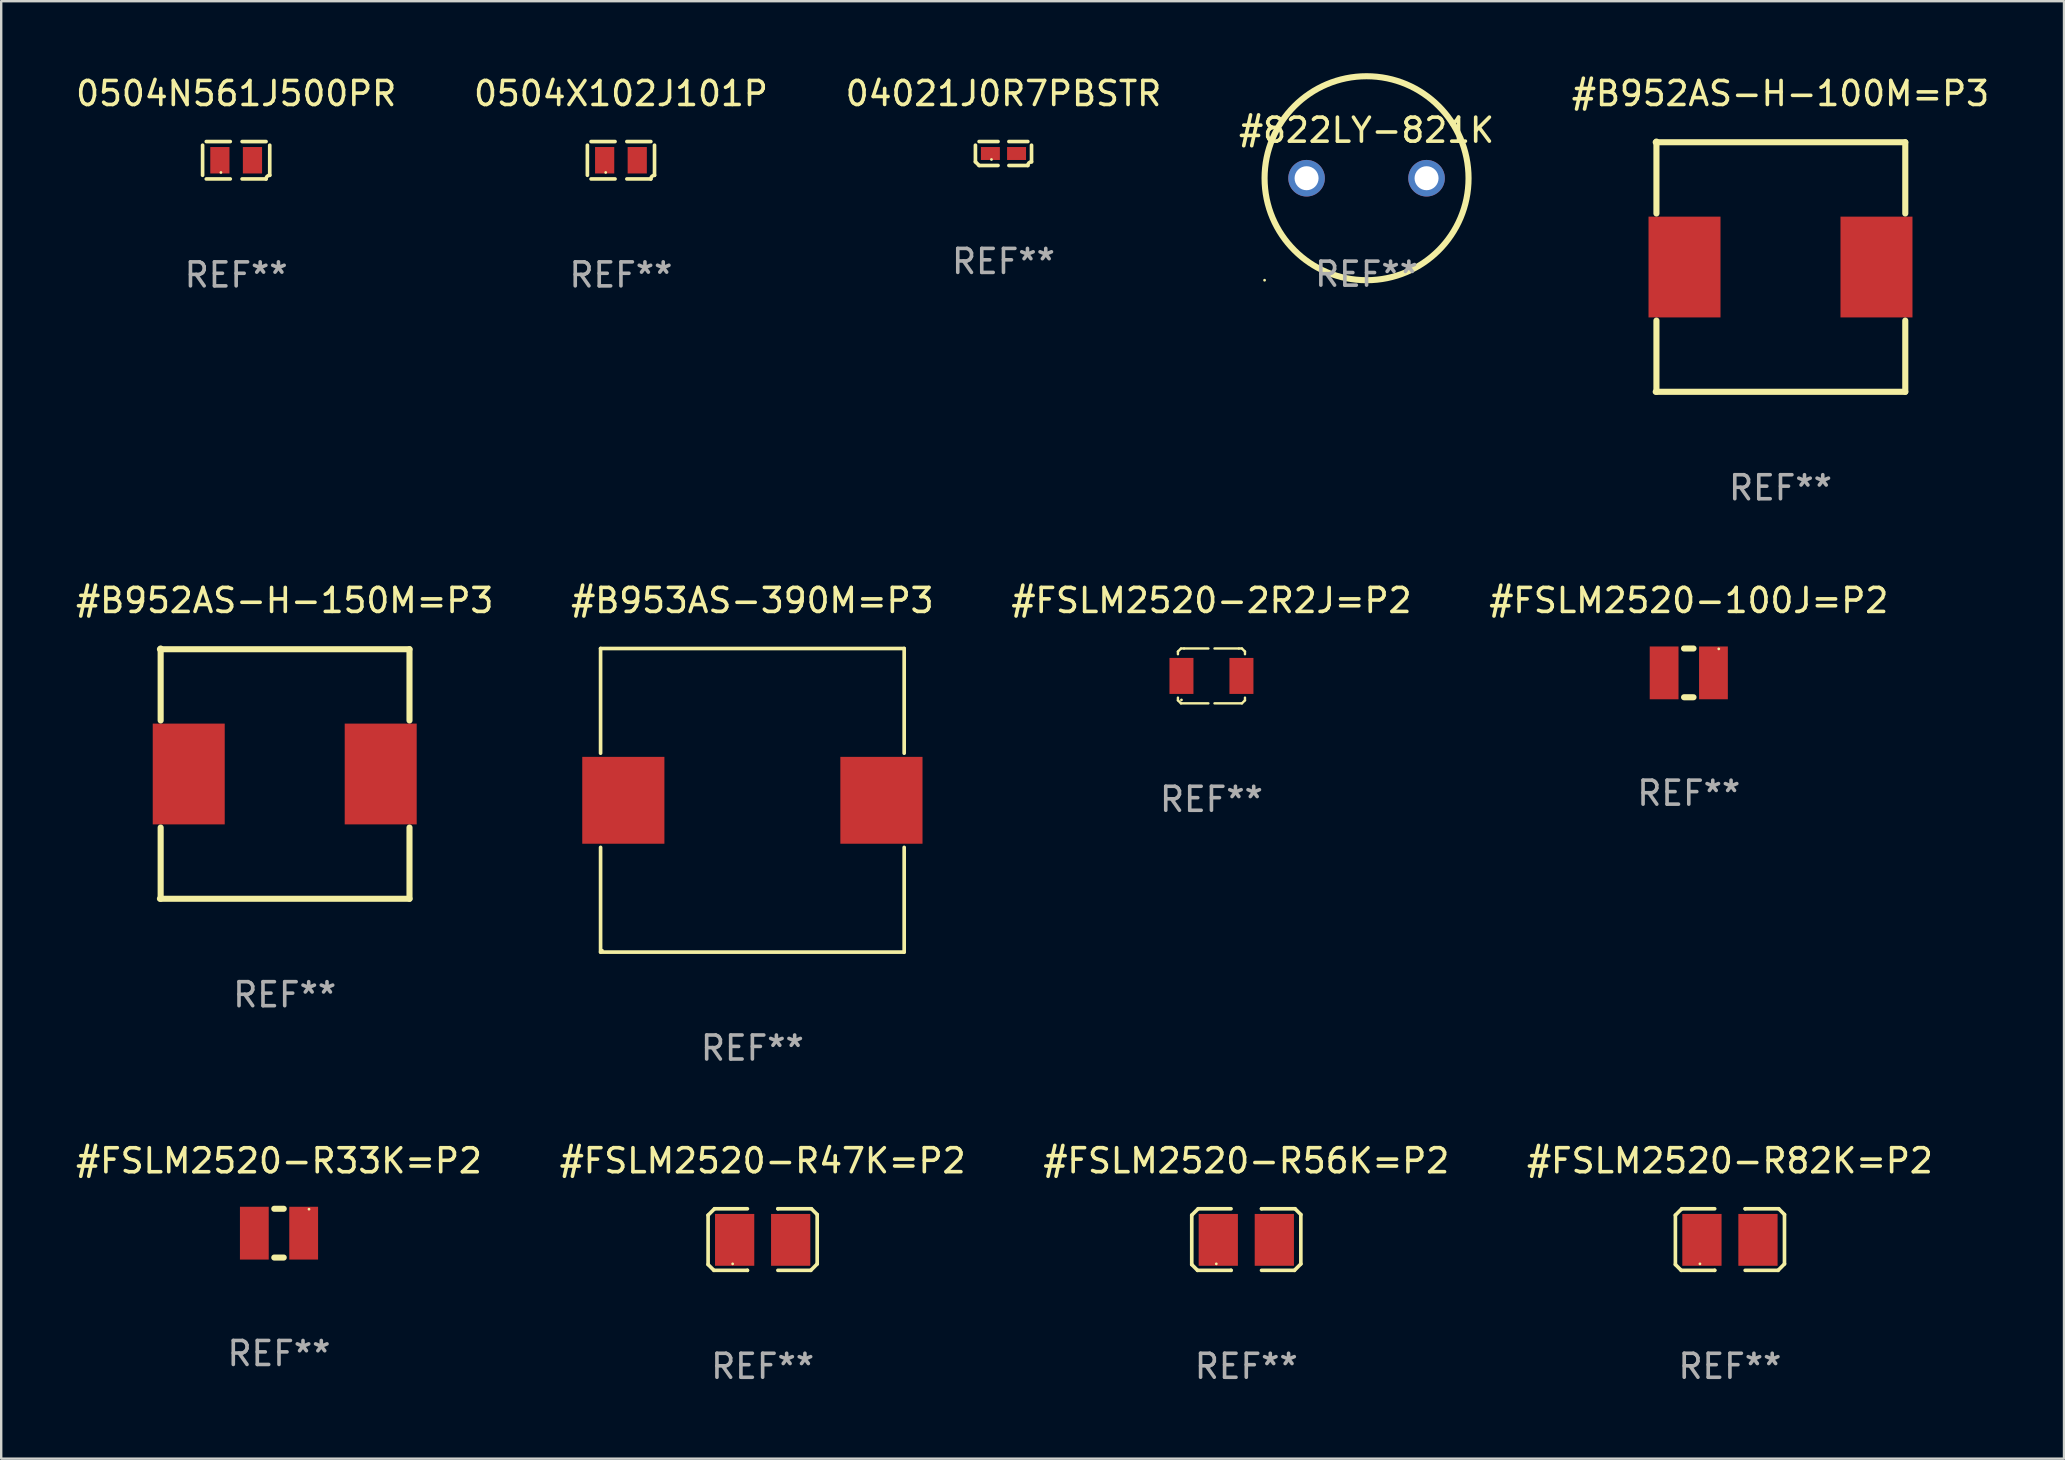
<source format=kicad_pcb>
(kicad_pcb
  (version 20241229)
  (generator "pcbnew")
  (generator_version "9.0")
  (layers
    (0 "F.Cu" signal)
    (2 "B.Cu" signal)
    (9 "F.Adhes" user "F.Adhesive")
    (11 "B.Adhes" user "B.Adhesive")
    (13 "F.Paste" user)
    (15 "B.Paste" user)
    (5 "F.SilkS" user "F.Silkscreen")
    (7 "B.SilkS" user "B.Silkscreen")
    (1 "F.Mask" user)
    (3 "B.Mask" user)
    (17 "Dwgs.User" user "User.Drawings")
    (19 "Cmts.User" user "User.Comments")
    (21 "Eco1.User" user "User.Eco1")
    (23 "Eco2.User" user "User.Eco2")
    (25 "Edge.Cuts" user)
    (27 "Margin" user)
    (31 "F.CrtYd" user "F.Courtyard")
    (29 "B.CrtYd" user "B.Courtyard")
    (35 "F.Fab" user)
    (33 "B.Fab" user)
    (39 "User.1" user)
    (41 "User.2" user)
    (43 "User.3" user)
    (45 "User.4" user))
  (footprint "#FSLM2520-R56K=P2"
    (layer "F.Cu")
    (at 48.887 48.606)
    (property "Reference" "#FSLM2520-R56K=P2" (at 0 -3.283 0) (layer "F.SilkS") (effects (font (size 1 1) (thickness 0.15))))
    (attr through_hole)
    (fp_line (start -2.273 -1.016) (end -2.007 -1.283) (stroke (width 0.152) (type solid)) (layer "F.SilkS"))
    (fp_line (start -2.273 1.041) (end -2.273 -1.016) (stroke (width 0.152) (type solid)) (layer "F.SilkS"))
    (fp_line (start -2.032 1.283) (end -2.273 1.041) (stroke (width 0.152) (type solid)) (layer "F.SilkS"))
    (fp_line (start -2.007 -1.283) (end -0.635 -1.283) (stroke (width 0.152) (type solid)) (layer "F.SilkS"))
    (fp_line (start -0.635 1.283) (end -2.032 1.283) (stroke (width 0.152) (type solid)) (layer "F.SilkS"))
    (fp_line (start -0.635 1.283) (end -0.635 1.283) (stroke (width 0.152) (type solid)) (layer "F.SilkS"))
    (fp_line (start 0.635 -1.283) (end 0.635 -1.283) (stroke (width 0.152) (type solid)) (layer "F.SilkS"))
    (fp_line (start 0.635 -1.283) (end 2.032 -1.283) (stroke (width 0.152) (type solid)) (layer "F.SilkS"))
    (fp_line (start 2.007 1.283) (end 0.635 1.283) (stroke (width 0.152) (type solid)) (layer "F.SilkS"))
    (fp_line (start 2.032 -1.283) (end 2.273 -1.041) (stroke (width 0.152) (type solid)) (layer "F.SilkS"))
    (fp_line (start 2.273 -1.041) (end 2.273 1.016) (stroke (width 0.152) (type solid)) (layer "F.SilkS"))
    (fp_line (start 2.273 1.016) (end 2.007 1.283) (stroke (width 0.152) (type solid)) (layer "F.SilkS"))
    (fp_circle (center -1.25 1.013) (end -1.22 1.013) (stroke (width 0.06) (type solid)) (fill no) (layer "F.SilkS"))
    (fp_text user "REF**" (at 0 5.283 0) (layer "F.Fab") (effects (font (size 1 1) (thickness 0.15))))
    (pad "1" smd rect (at -1.167 0.013) (size 1.635 2.16) (layers "F.Cu" "F.Mask" "F.Paste"))
    (pad "2" smd rect (at 1.168 0.013) (size 1.635 2.16) (layers "F.Cu" "F.Mask" "F.Paste")))
  (footprint "#B952AS-H-100M=P3"
    (layer "F.Cu")
    (at 71.149 8.063)
    (property "Reference" "#B952AS-H-100M=P3" (at 0 -7.215 0) (layer "F.SilkS") (effects (font (size 1 1) (thickness 0.15))))
    (attr through_hole)
    (fp_line (start -5.2 -5.185) (end 5.2 -5.185) (stroke (width 0.254) (type solid)) (layer "F.SilkS"))
    (fp_line (start -5.17 -5.215) (end -5.17 -2.216) (stroke (width 0.254) (type solid)) (layer "F.SilkS"))
    (fp_line (start -5.17 2.246) (end -5.17 5.215) (stroke (width 0.254) (type solid)) (layer "F.SilkS"))
    (fp_line (start 5.2 -5.185) (end 5.2 -2.216) (stroke (width 0.254) (type solid)) (layer "F.SilkS"))
    (fp_line (start 5.2 2.246) (end 5.2 5.215) (stroke (width 0.254) (type solid)) (layer "F.SilkS"))
    (fp_line (start 5.2 5.215) (end -5.2 5.215) (stroke (width 0.254) (type solid)) (layer "F.SilkS"))
    (fp_circle (center 5.2 -5.185) (end 5.23 -5.185) (stroke (width 0.06) (type solid)) (fill no) (layer "F.SilkS"))
    (fp_text user "REF**" (at 0 9.215 0) (layer "F.Fab") (effects (font (size 1 1) (thickness 0.15))))
    (pad "1" smd rect (at 4 0.015 180) (size 3 4.2) (layers "F.Cu" "F.Mask" "F.Paste"))
    (pad "2" smd rect (at -4 0.015 180) (size 3 4.2) (layers "F.Cu" "F.Mask" "F.Paste")))
  (footprint "#FSLM2520-100J=P2"
    (layer "F.Cu")
    (at 67.327 24.991)
    (property "Reference" "#FSLM2520-100J=P2" (at 0 -3.016 0) (layer "F.SilkS") (effects (font (size 1 1) (thickness 0.15))))
    (attr through_hole)
    (fp_line (start -0.197 1.016) (end 0.197 1.016) (stroke (width 0.254) (type solid)) (layer "F.SilkS"))
    (fp_line (start 0.197 -1.016) (end -0.197 -1.016) (stroke (width 0.254) (type solid)) (layer "F.SilkS"))
    (fp_circle (center 1.25 -1) (end 1.28 -1) (stroke (width 0.06) (type solid)) (fill no) (layer "F.SilkS"))
    (fp_text user "REF**" (at 0 5.016 0) (layer "F.Fab") (effects (font (size 1 1) (thickness 0.15))))
    (pad "1" smd rect (at 1.028 0) (size 1.2 2.2) (layers "F.Cu" "F.Mask" "F.Paste"))
    (pad "2" smd rect (at -1.028 0) (size 1.2 2.2) (layers "F.Cu" "F.Mask" "F.Paste")))
  (footprint "#FSLM2520-2R2J=P2"
    (layer "F.Cu")
    (at 47.435 25.118)
    (property "Reference" "#FSLM2520-2R2J=P2" (at 0 -3.143 0) (layer "F.SilkS") (effects (font (size 1 1) (thickness 0.15))))
    (attr through_hole)
    (fp_line (start -1.397 -1.016) (end -1.397 -0.904) (stroke (width 0.1) (type solid)) (layer "F.SilkS"))
    (fp_line (start -1.397 0.904) (end -1.397 1.016) (stroke (width 0.1) (type solid)) (layer "F.SilkS"))
    (fp_line (start -1.397 1.016) (end -1.27 1.143) (stroke (width 0.1) (type solid)) (layer "F.SilkS"))
    (fp_line (start -1.27 -1.143) (end -1.397 -1.016) (stroke (width 0.1) (type solid)) (layer "F.SilkS"))
    (fp_line (start -1.27 1.143) (end -0.127 1.143) (stroke (width 0.1) (type solid)) (layer "F.SilkS"))
    (fp_line (start -1.143 -1.143) (end -1.27 -1.143) (stroke (width 0.1) (type solid)) (layer "F.SilkS"))
    (fp_line (start -0.127 -1.143) (end -1.143 -1.143) (stroke (width 0.1) (type solid)) (layer "F.SilkS"))
    (fp_line (start 0.127 -1.143) (end 1.143 -1.143) (stroke (width 0.1) (type solid)) (layer "F.SilkS"))
    (fp_line (start 1.143 -1.143) (end 1.27 -1.143) (stroke (width 0.1) (type solid)) (layer "F.SilkS"))
    (fp_line (start 1.27 -1.143) (end 1.397 -1.016) (stroke (width 0.1) (type solid)) (layer "F.SilkS"))
    (fp_line (start 1.27 1.143) (end 0.127 1.143) (stroke (width 0.1) (type solid)) (layer "F.SilkS"))
    (fp_line (start 1.397 -1.016) (end 1.397 -0.904) (stroke (width 0.1) (type solid)) (layer "F.SilkS"))
    (fp_line (start 1.397 0.904) (end 1.397 1.016) (stroke (width 0.1) (type solid)) (layer "F.SilkS"))
    (fp_line (start 1.397 1.016) (end 1.27 1.143) (stroke (width 0.1) (type solid)) (layer "F.SilkS"))
    (fp_circle (center -1.25 1) (end -1.22 1) (stroke (width 0.06) (type solid)) (fill no) (layer "F.SilkS"))
    (fp_text user "REF**" (at 0 5.143 0) (layer "F.Fab") (effects (font (size 1 1) (thickness 0.15))))
    (pad "1" smd rect (at -1.25 0) (size 1 1.5) (layers "F.Cu" "F.Mask" "F.Paste"))
    (pad "2" smd rect (at 1.25 0) (size 1 1.5) (layers "F.Cu" "F.Mask" "F.Paste")))
  (footprint "#FSLM2520-R33K=P2"
    (layer "F.Cu")
    (at 8.577 48.34)
    (property "Reference" "#FSLM2520-R33K=P2" (at 0 -3.016 0) (layer "F.SilkS") (effects (font (size 1 1) (thickness 0.15))))
    (attr through_hole)
    (fp_line (start -0.197 1.016) (end 0.197 1.016) (stroke (width 0.254) (type solid)) (layer "F.SilkS"))
    (fp_line (start 0.197 -1.016) (end -0.197 -1.016) (stroke (width 0.254) (type solid)) (layer "F.SilkS"))
    (fp_circle (center 1.25 -1) (end 1.28 -1) (stroke (width 0.06) (type solid)) (fill no) (layer "F.SilkS"))
    (fp_text user "REF**" (at 0 5.016 0) (layer "F.Fab") (effects (font (size 1 1) (thickness 0.15))))
    (pad "1" smd rect (at 1.028 0) (size 1.2 2.2) (layers "F.Cu" "F.Mask" "F.Paste"))
    (pad "2" smd rect (at -1.028 0) (size 1.2 2.2) (layers "F.Cu" "F.Mask" "F.Paste")))
  (footprint "#B953AS-390M=P3"
    (layer "F.Cu")
    (at 28.304 30.301)
    (property "Reference" "#B953AS-390M=P3" (at 0 -8.326 0) (layer "F.SilkS") (effects (font (size 1 1) (thickness 0.15))))
    (attr through_hole)
    (fp_line (start -6.326 -6.326) (end 6.326 -6.326) (stroke (width 0.152) (type solid)) (layer "F.SilkS"))
    (fp_line (start -6.326 -1.962) (end -6.326 -6.326) (stroke (width 0.152) (type solid)) (layer "F.SilkS"))
    (fp_line (start -6.326 1.962) (end -6.326 6.326) (stroke (width 0.152) (type solid)) (layer "F.SilkS"))
    (fp_line (start -6.326 6.326) (end 6.326 6.326) (stroke (width 0.152) (type solid)) (layer "F.SilkS"))
    (fp_line (start 6.326 -6.326) (end 6.326 -1.962) (stroke (width 0.152) (type solid)) (layer "F.SilkS"))
    (fp_line (start 6.326 6.326) (end 6.326 1.962) (stroke (width 0.152) (type solid)) (layer "F.SilkS"))
    (fp_circle (center -6.25 6.25) (end -6.22 6.25) (stroke (width 0.06) (type solid)) (fill no) (layer "F.SilkS"))
    (fp_text user "REF**" (at 0 10.326 0) (layer "F.Fab") (effects (font (size 1 1) (thickness 0.15))))
    (pad "1" smd rect (at 5.378 0) (size 3.424 3.62) (layers "F.Cu" "F.Mask" "F.Paste"))
    (pad "2" smd rect (at -5.378 0) (size 3.424 3.62) (layers "F.Cu" "F.Mask" "F.Paste")))
  (footprint "#FSLM2520-R82K=P2"
    (layer "F.Cu")
    (at 69.042 48.606)
    (property "Reference" "#FSLM2520-R82K=P2" (at 0 -3.283 0) (layer "F.SilkS") (effects (font (size 1 1) (thickness 0.15))))
    (attr through_hole)
    (fp_line (start -2.273 -1.016) (end -2.007 -1.283) (stroke (width 0.152) (type solid)) (layer "F.SilkS"))
    (fp_line (start -2.273 1.041) (end -2.273 -1.016) (stroke (width 0.152) (type solid)) (layer "F.SilkS"))
    (fp_line (start -2.032 1.283) (end -2.273 1.041) (stroke (width 0.152) (type solid)) (layer "F.SilkS"))
    (fp_line (start -2.007 -1.283) (end -0.635 -1.283) (stroke (width 0.152) (type solid)) (layer "F.SilkS"))
    (fp_line (start -0.635 1.283) (end -2.032 1.283) (stroke (width 0.152) (type solid)) (layer "F.SilkS"))
    (fp_line (start -0.635 1.283) (end -0.635 1.283) (stroke (width 0.152) (type solid)) (layer "F.SilkS"))
    (fp_line (start 0.635 -1.283) (end 0.635 -1.283) (stroke (width 0.152) (type solid)) (layer "F.SilkS"))
    (fp_line (start 0.635 -1.283) (end 2.032 -1.283) (stroke (width 0.152) (type solid)) (layer "F.SilkS"))
    (fp_line (start 2.007 1.283) (end 0.635 1.283) (stroke (width 0.152) (type solid)) (layer "F.SilkS"))
    (fp_line (start 2.032 -1.283) (end 2.273 -1.041) (stroke (width 0.152) (type solid)) (layer "F.SilkS"))
    (fp_line (start 2.273 -1.041) (end 2.273 1.016) (stroke (width 0.152) (type solid)) (layer "F.SilkS"))
    (fp_line (start 2.273 1.016) (end 2.007 1.283) (stroke (width 0.152) (type solid)) (layer "F.SilkS"))
    (fp_circle (center -1.25 1.013) (end -1.22 1.013) (stroke (width 0.06) (type solid)) (fill no) (layer "F.SilkS"))
    (fp_text user "REF**" (at 0 5.283 0) (layer "F.Fab") (effects (font (size 1 1) (thickness 0.15))))
    (pad "1" smd rect (at -1.167 0.013) (size 1.635 2.16) (layers "F.Cu" "F.Mask" "F.Paste"))
    (pad "2" smd rect (at 1.168 0.013) (size 1.635 2.16) (layers "F.Cu" "F.Mask" "F.Paste")))
  (footprint "0504N561J500PR"
    (layer "F.Cu")
    (at 6.792 3.628)
    (property "Reference" "0504N561J500PR" (at 0 -2.779 0) (layer "F.SilkS") (effects (font (size 1 1) (thickness 0.15))))
    (attr through_hole)
    (fp_line (start -1.399 0.627) (end -1.399 -0.627) (stroke (width 0.152) (type solid)) (layer "F.SilkS"))
    (fp_line (start -1.246 -0.779) (end -0.246 -0.779) (stroke (width 0.152) (type solid)) (layer "F.SilkS"))
    (fp_line (start -0.246 0.779) (end -1.246 0.779) (stroke (width 0.152) (type solid)) (layer "F.SilkS"))
    (fp_line (start 0.246 -0.779) (end 1.246 -0.779) (stroke (width 0.152) (type solid)) (layer "F.SilkS"))
    (fp_line (start 1.246 0.779) (end 0.246 0.779) (stroke (width 0.152) (type solid)) (layer "F.SilkS"))
    (fp_line (start 1.399 -0.627) (end 1.399 0.627) (stroke (width 0.152) (type solid)) (layer "F.SilkS"))
    (fp_arc (start 1.246202 0.779401) (mid 1.290839 0.671637) (end 1.398603 0.627) (stroke (width 0.1524) (type solid)) (layer "F.SilkS"))
    (fp_circle (center -0.635 0.51) (end -0.605 0.51) (stroke (width 0.06) (type solid)) (fill no) (layer "F.SilkS"))
    (fp_text user "REF**" (at 0 4.779 0) (layer "F.Fab") (effects (font (size 1 1) (thickness 0.15))))
    (pad "1" smd rect (at -0.679 0) (size 0.8 1.102) (layers "F.Cu" "F.Mask" "F.Paste"))
    (pad "2" smd rect (at 0.679 0) (size 0.8 1.102) (layers "F.Cu" "F.Mask" "F.Paste")))
  (footprint "04021J0R7PBSTR"
    (layer "F.Cu")
    (at 38.768 3.347)
    (property "Reference" "04021J0R7PBSTR" (at 0 -2.499 0) (layer "F.SilkS") (effects (font (size 1 1) (thickness 0.15))))
    (attr through_hole)
    (fp_line (start -1.169 0.346) (end -1.169 -0.346) (stroke (width 0.152) (type solid)) (layer "F.SilkS"))
    (fp_line (start -1.016 -0.499) (end -0.226 -0.499) (stroke (width 0.152) (type solid)) (layer "F.SilkS"))
    (fp_line (start -0.226 0.499) (end -1.016 0.499) (stroke (width 0.152) (type solid)) (layer "F.SilkS"))
    (fp_line (start 0.226 0.499) (end 1.016 0.499) (stroke (width 0.152) (type solid)) (layer "F.SilkS"))
    (fp_line (start 1.016 -0.499) (end 0.226 -0.499) (stroke (width 0.152) (type solid)) (layer "F.SilkS"))
    (fp_line (start 1.169 0.346) (end 1.169 -0.346) (stroke (width 0.152) (type solid)) (layer "F.SilkS"))
    (fp_arc (start -1.016307 0.498603) (mid -1.092512 0.422405) (end -1.16871 0.3462) (stroke (width 0.1524) (type solid)) (layer "F.SilkS"))
    (fp_arc (start 1.016307 0.498603) (mid 1.060899 0.390758) (end 1.168707 0.346076) (stroke (width 0.1524) (type solid)) (layer "F.SilkS"))
    (fp_circle (center -0.5 0.25) (end -0.47 0.25) (stroke (width 0.06) (type solid)) (fill no) (layer "F.SilkS"))
    (fp_text user "REF**" (at 0 4.499 0) (layer "F.Fab") (effects (font (size 1 1) (thickness 0.15))))
    (pad "1" smd rect (at -0.545 0) (size 0.79 0.54) (layers "F.Cu" "F.Mask" "F.Paste"))
    (pad "2" smd rect (at 0.545 0) (size 0.79 0.54) (layers "F.Cu" "F.Mask" "F.Paste")))
  (footprint "#822LY-821K"
    (layer "F.Cu")
    (at 53.899 4.377)
    (property "Reference" "#822LY-821K" (at 0 -2 0) (layer "F.SilkS") (effects (font (size 1 1) (thickness 0.15))))
    (attr through_hole)
    (fp_circle (center -4.25 4.25) (end -4.22 4.25) (stroke (width 0.06) (type solid)) (fill no) (layer "F.SilkS"))
    (fp_circle (center -0.000127 0) (end 4.25 0) (stroke (width 0.254) (type solid)) (fill no) (layer "F.SilkS"))
    (fp_text user "REF**" (at 0 4 0) (layer "F.Fab") (effects (font (size 1 1) (thickness 0.15))))
    (pad "1" thru_hole circle (at -2.5 0) (size 1.524 1.524) (drill 1) (layers "*.Cu" "*.Mask"))
    (pad "2" thru_hole circle (at 2.5 0) (size 1.524 1.524) (drill 1) (layers "*.Cu" "*.Mask")))
  (footprint "#B952AS-H-150M=P3"
    (layer "F.Cu")
    (at 8.815 29.19)
    (property "Reference" "#B952AS-H-150M=P3" (at 0 -7.215 0) (layer "F.SilkS") (effects (font (size 1 1) (thickness 0.15))))
    (attr through_hole)
    (fp_line (start -5.2 -5.185) (end 5.2 -5.185) (stroke (width 0.254) (type solid)) (layer "F.SilkS"))
    (fp_line (start -5.17 -5.215) (end -5.17 -2.216) (stroke (width 0.254) (type solid)) (layer "F.SilkS"))
    (fp_line (start -5.17 2.246) (end -5.17 5.215) (stroke (width 0.254) (type solid)) (layer "F.SilkS"))
    (fp_line (start 5.2 -5.185) (end 5.2 -2.216) (stroke (width 0.254) (type solid)) (layer "F.SilkS"))
    (fp_line (start 5.2 2.246) (end 5.2 5.215) (stroke (width 0.254) (type solid)) (layer "F.SilkS"))
    (fp_line (start 5.2 5.215) (end -5.2 5.215) (stroke (width 0.254) (type solid)) (layer "F.SilkS"))
    (fp_circle (center 5.2 -5.185) (end 5.23 -5.185) (stroke (width 0.06) (type solid)) (fill no) (layer "F.SilkS"))
    (fp_text user "REF**" (at 0 9.215 0) (layer "F.Fab") (effects (font (size 1 1) (thickness 0.15))))
    (pad "1" smd rect (at 4 0.015 180) (size 3 4.2) (layers "F.Cu" "F.Mask" "F.Paste"))
    (pad "2" smd rect (at -4 0.015 180) (size 3 4.2) (layers "F.Cu" "F.Mask" "F.Paste")))
  (footprint "0504X102J101P"
    (layer "F.Cu")
    (at 22.827 3.628)
    (property "Reference" "0504X102J101P" (at 0 -2.779 0) (layer "F.SilkS") (effects (font (size 1 1) (thickness 0.15))))
    (attr through_hole)
    (fp_line (start -1.399 0.627) (end -1.399 -0.627) (stroke (width 0.152) (type solid)) (layer "F.SilkS"))
    (fp_line (start -1.246 -0.779) (end -0.246 -0.779) (stroke (width 0.152) (type solid)) (layer "F.SilkS"))
    (fp_line (start -0.246 0.779) (end -1.246 0.779) (stroke (width 0.152) (type solid)) (layer "F.SilkS"))
    (fp_line (start 0.246 -0.779) (end 1.246 -0.779) (stroke (width 0.152) (type solid)) (layer "F.SilkS"))
    (fp_line (start 1.246 0.779) (end 0.246 0.779) (stroke (width 0.152) (type solid)) (layer "F.SilkS"))
    (fp_line (start 1.399 -0.627) (end 1.399 0.627) (stroke (width 0.152) (type solid)) (layer "F.SilkS"))
    (fp_arc (start 1.246202 0.779401) (mid 1.290839 0.671637) (end 1.398603 0.627) (stroke (width 0.1524) (type solid)) (layer "F.SilkS"))
    (fp_circle (center -0.635 0.51) (end -0.605 0.51) (stroke (width 0.06) (type solid)) (fill no) (layer "F.SilkS"))
    (fp_text user "REF**" (at 0 4.779 0) (layer "F.Fab") (effects (font (size 1 1) (thickness 0.15))))
    (pad "1" smd rect (at -0.679 0) (size 0.8 1.102) (layers "F.Cu" "F.Mask" "F.Paste"))
    (pad "2" smd rect (at 0.679 0) (size 0.8 1.102) (layers "F.Cu" "F.Mask" "F.Paste")))
  (footprint "#FSLM2520-R47K=P2"
    (layer "F.Cu")
    (at 28.732 48.606)
    (property "Reference" "#FSLM2520-R47K=P2" (at 0 -3.283 0) (layer "F.SilkS") (effects (font (size 1 1) (thickness 0.15))))
    (attr through_hole)
    (fp_line (start -2.273 -1.016) (end -2.007 -1.283) (stroke (width 0.152) (type solid)) (layer "F.SilkS"))
    (fp_line (start -2.273 1.041) (end -2.273 -1.016) (stroke (width 0.152) (type solid)) (layer "F.SilkS"))
    (fp_line (start -2.032 1.283) (end -2.273 1.041) (stroke (width 0.152) (type solid)) (layer "F.SilkS"))
    (fp_line (start -2.007 -1.283) (end -0.635 -1.283) (stroke (width 0.152) (type solid)) (layer "F.SilkS"))
    (fp_line (start -0.635 1.283) (end -2.032 1.283) (stroke (width 0.152) (type solid)) (layer "F.SilkS"))
    (fp_line (start -0.635 1.283) (end -0.635 1.283) (stroke (width 0.152) (type solid)) (layer "F.SilkS"))
    (fp_line (start 0.635 -1.283) (end 0.635 -1.283) (stroke (width 0.152) (type solid)) (layer "F.SilkS"))
    (fp_line (start 0.635 -1.283) (end 2.032 -1.283) (stroke (width 0.152) (type solid)) (layer "F.SilkS"))
    (fp_line (start 2.007 1.283) (end 0.635 1.283) (stroke (width 0.152) (type solid)) (layer "F.SilkS"))
    (fp_line (start 2.032 -1.283) (end 2.273 -1.041) (stroke (width 0.152) (type solid)) (layer "F.SilkS"))
    (fp_line (start 2.273 -1.041) (end 2.273 1.016) (stroke (width 0.152) (type solid)) (layer "F.SilkS"))
    (fp_line (start 2.273 1.016) (end 2.007 1.283) (stroke (width 0.152) (type solid)) (layer "F.SilkS"))
    (fp_circle (center -1.25 1.013) (end -1.22 1.013) (stroke (width 0.06) (type solid)) (fill no) (layer "F.SilkS"))
    (fp_text user "REF**" (at 0 5.283 0) (layer "F.Fab") (effects (font (size 1 1) (thickness 0.15))))
    (pad "1" smd rect (at -1.167 0.013) (size 1.635 2.16) (layers "F.Cu" "F.Mask" "F.Paste"))
    (pad "2" smd rect (at 1.168 0.013) (size 1.635 2.16) (layers "F.Cu" "F.Mask" "F.Paste")))
  (gr_rect
    (start -3 -3)
    (end 82.964 57.737)
    (stroke (width 0.1) (type default))
    (fill no)
    (layer "Edge.Cuts")))
</source>
